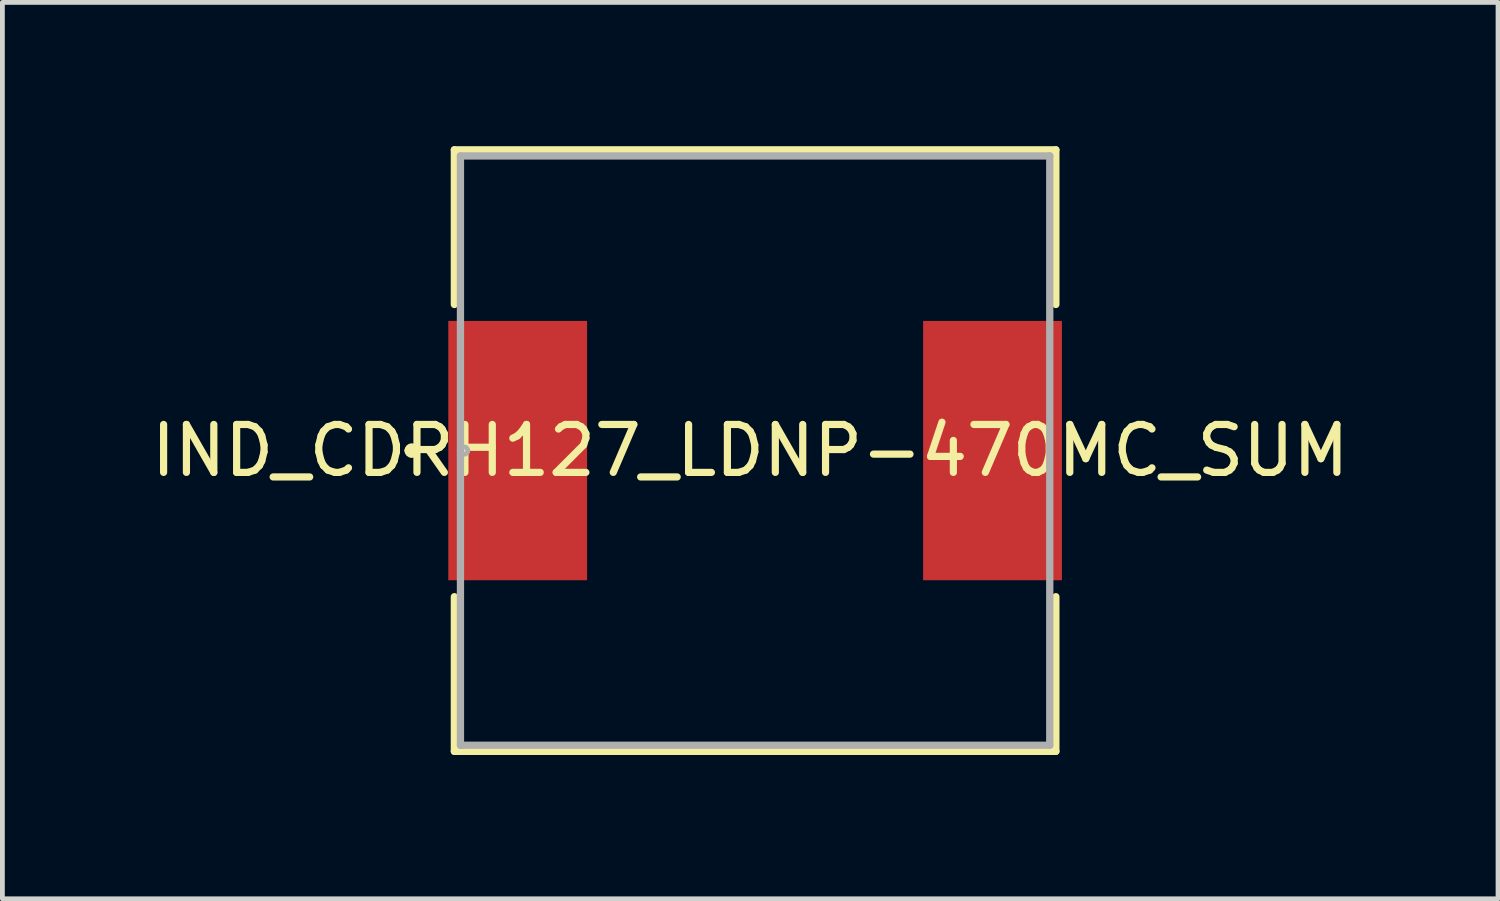
<source format=kicad_pcb>
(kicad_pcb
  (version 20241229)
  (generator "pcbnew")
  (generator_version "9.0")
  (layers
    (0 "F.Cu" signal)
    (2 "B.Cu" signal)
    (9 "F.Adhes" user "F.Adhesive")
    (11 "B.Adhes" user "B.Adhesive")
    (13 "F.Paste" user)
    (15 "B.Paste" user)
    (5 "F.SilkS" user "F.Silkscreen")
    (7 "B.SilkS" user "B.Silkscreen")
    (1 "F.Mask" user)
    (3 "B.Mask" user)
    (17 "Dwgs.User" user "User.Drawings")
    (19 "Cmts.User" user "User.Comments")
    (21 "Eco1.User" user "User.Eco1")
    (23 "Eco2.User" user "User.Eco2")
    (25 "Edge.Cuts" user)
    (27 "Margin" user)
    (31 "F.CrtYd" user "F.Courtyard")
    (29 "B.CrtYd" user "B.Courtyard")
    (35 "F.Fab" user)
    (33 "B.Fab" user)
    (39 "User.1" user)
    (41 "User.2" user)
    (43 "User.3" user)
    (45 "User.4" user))
  (footprint "IND_CDRH127_LDNP-470MC_SUM"
    (layer "F.Cu")
    (at 12.703 6.35)
    (property "Reference" "IND_CDRH127_LDNP-470MC_SUM" (at -0.102 0 0) (layer "F.SilkS") (effects (font (size 1 1) (thickness 0.15))))
    (attr smd)
    (fp_line (start -6.274 -6.274) (end -6.274 -3.048) (stroke (width 0.152) (type solid)) (layer "F.SilkS"))
    (fp_line (start -6.274 3.048) (end -6.274 6.274) (stroke (width 0.152) (type solid)) (layer "F.SilkS"))
    (fp_line (start -6.274 6.274) (end 6.274 6.274) (stroke (width 0.152) (type solid)) (layer "F.SilkS"))
    (fp_line (start 6.274 -6.274) (end -6.274 -6.274) (stroke (width 0.152) (type solid)) (layer "F.SilkS"))
    (fp_line (start 6.274 -3.048) (end 6.274 -6.274) (stroke (width 0.152) (type solid)) (layer "F.SilkS"))
    (fp_line (start 6.274 6.274) (end 6.274 3.048) (stroke (width 0.152) (type solid)) (layer "F.SilkS"))
    (fp_arc (start -7.239 0) (mid -7.1628 -0.0762) (end -7.0866 0) (stroke (width 0.1524) (type solid)) (layer "F.SilkS"))
    (fp_arc (start -7.0866 0) (mid -7.1628 0.0762) (end -7.239 0) (stroke (width 0.1524) (type solid)) (layer "F.SilkS"))
    (fp_line (start -6.147 -6.147) (end -6.147 0) (stroke (width 0.152) (type solid)) (layer "F.Fab"))
    (fp_line (start -6.147 0) (end -6.147 6.147) (stroke (width 0.152) (type solid)) (layer "F.Fab"))
    (fp_line (start -6.147 6.147) (end 6.147 6.147) (stroke (width 0.152) (type solid)) (layer "F.Fab"))
    (fp_line (start 6.147 -6.147) (end -6.147 -6.147) (stroke (width 0.152) (type solid)) (layer "F.Fab"))
    (fp_line (start 6.147 6.147) (end 6.147 -6.147) (stroke (width 0.152) (type solid)) (layer "F.Fab"))
    (fp_arc (start -6.1468 0) (mid -6.0706 -0.0762) (end -5.9944 0) (stroke (width 0.1) (type solid)) (layer "F.Fab"))
    (fp_arc (start -5.9944 0) (mid -6.0706 0.0762) (end -6.1468 0) (stroke (width 0.1) (type solid)) (layer "F.Fab"))
    (pad "1" smd rect (at -4.953 0) (size 2.896 5.41) (layers "F.Cu" "F.Mask" "F.Paste"))
    (pad "2" smd rect (at 4.953 0) (size 2.896 5.41) (layers "F.Cu" "F.Mask" "F.Paste")))
  (gr_rect
    (start -3 -3)
    (end 28.202 15.7)
    (stroke (width 0.1) (type default))
    (fill no)
    (layer "Edge.Cuts")))
</source>
